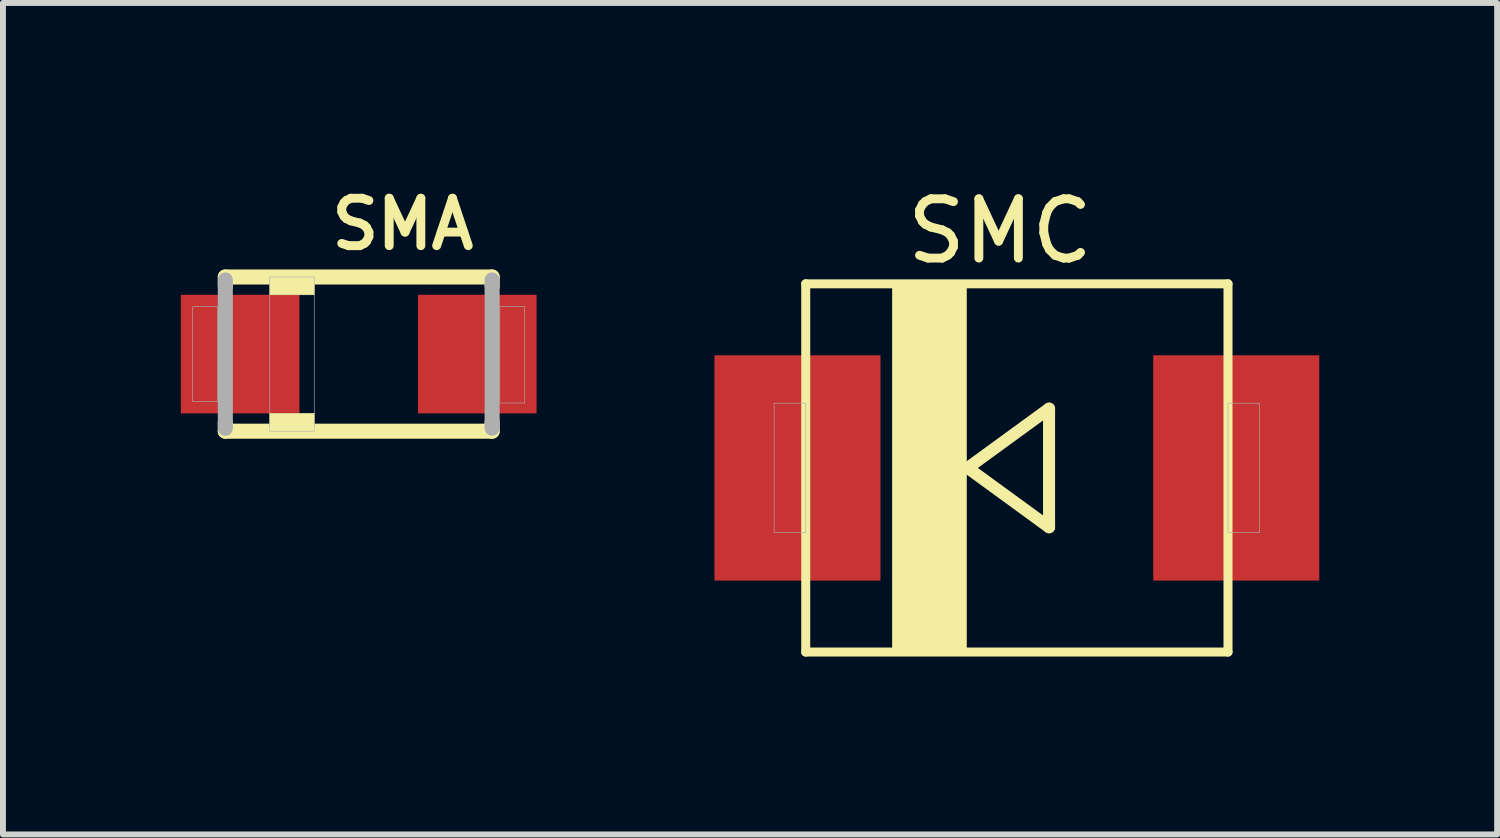
<source format=kicad_pcb>
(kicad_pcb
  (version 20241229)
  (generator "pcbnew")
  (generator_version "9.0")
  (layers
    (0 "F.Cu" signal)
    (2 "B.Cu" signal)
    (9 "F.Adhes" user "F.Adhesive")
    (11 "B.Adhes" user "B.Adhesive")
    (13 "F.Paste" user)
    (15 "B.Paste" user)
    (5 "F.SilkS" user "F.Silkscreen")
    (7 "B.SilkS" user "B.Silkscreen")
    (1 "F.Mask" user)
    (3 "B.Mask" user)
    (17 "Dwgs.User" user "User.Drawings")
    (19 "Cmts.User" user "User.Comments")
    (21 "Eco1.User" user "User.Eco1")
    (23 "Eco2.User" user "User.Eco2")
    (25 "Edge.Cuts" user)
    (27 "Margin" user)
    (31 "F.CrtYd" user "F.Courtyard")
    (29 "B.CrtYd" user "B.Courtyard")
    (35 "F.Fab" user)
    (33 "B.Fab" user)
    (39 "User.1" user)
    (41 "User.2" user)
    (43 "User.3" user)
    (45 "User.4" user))
  (footprint "SMC"
    (layer "F.Cu")
    (at 14.1 4.842)
    (property "Reference" "SMC" (at -0.284 -3.994 0) (layer "F.SilkS") (effects (font (size 1 1) (thickness 0.15))))
    (attr smd)
    (fp_line (start -3.561 -3.105) (end 3.561 -3.105) (stroke (width 0.152) (type solid)) (layer "F.SilkS"))
    (fp_line (start -3.561 3.105) (end -3.561 -3.105) (stroke (width 0.152) (type solid)) (layer "F.SilkS"))
    (fp_line (start -3.561 3.105) (end 3.561 3.105) (stroke (width 0.152) (type solid)) (layer "F.SilkS"))
    (fp_line (start -0.83 0) (end 0.543 1) (stroke (width 0.203) (type solid)) (layer "F.SilkS"))
    (fp_line (start 0.543 -1) (end -0.83 0) (stroke (width 0.203) (type solid)) (layer "F.SilkS"))
    (fp_line (start 0.543 1) (end 0.543 -1) (stroke (width 0.203) (type solid)) (layer "F.SilkS"))
    (fp_line (start 3.561 3.105) (end 3.561 -3.105) (stroke (width 0.152) (type solid)) (layer "F.SilkS"))
    (fp_poly (pts (xy -2.1 -3.1) (xy -0.85 -3.1) (xy -0.85 3.1) (xy -2.1 3.1)) (stroke (width 0.01) (type solid)) (fill yes) (layer "F.SilkS"))
    (fp_poly (pts (xy -4.094 -1.092) (xy -3.561 -1.092) (xy -3.561 1.092) (xy -4.094 1.092)) (stroke (width 0.01) (type solid)) (fill no) (layer "F.Fab"))
    (fp_poly (pts (xy 3.561 -1.092) (xy 4.094 -1.092) (xy 4.094 1.092) (xy 3.561 1.092)) (stroke (width 0.01) (type solid)) (fill no) (layer "F.Fab"))
    (pad "1" smd rect (at -3.7 0) (size 2.8 3.8) (layers "F.Cu" "F.Mask" "F.Paste"))
    (pad "2" smd rect (at 3.7 0) (size 2.8 3.8) (layers "F.Cu" "F.Mask" "F.Paste")))
  (footprint "SMA"
    (layer "F.Cu")
    (at 3 2.922)
    (property "Reference" "SMA" (at 0.743 -2.191 0) (layer "F.SilkS") (effects (font (size 0.8 0.8) (thickness 0.15))))
    (attr smd)
    (fp_line (start -2.25 -1.3) (end -2.25 -1.15) (stroke (width 0.254) (type solid)) (layer "F.SilkS"))
    (fp_line (start -2.25 -1.3) (end 2.25 -1.3) (stroke (width 0.254) (type solid)) (layer "F.SilkS"))
    (fp_line (start -2.25 1.3) (end -2.25 1.15) (stroke (width 0.254) (type solid)) (layer "F.SilkS"))
    (fp_line (start 2.25 -1.3) (end 2.25 -1.15) (stroke (width 0.254) (type solid)) (layer "F.SilkS"))
    (fp_line (start 2.25 1.3) (end -2.25 1.3) (stroke (width 0.254) (type solid)) (layer "F.SilkS"))
    (fp_arc (start 2.25 1.3) (mid 2.249377 1.225) (end 2.25 1.15) (stroke (width 0.254) (type solid)) (layer "F.SilkS"))
    (fp_poly (pts (xy -1.5 -1.3) (xy -0.75 -1.3) (xy -0.75 -1) (xy -1.5 -1)) (stroke (width 0.01) (type solid)) (fill yes) (layer "F.SilkS"))
    (fp_poly (pts (xy -1.5 1) (xy -0.75 1) (xy -0.75 1.3) (xy -1.5 1.3)) (stroke (width 0.01) (type solid)) (fill yes) (layer "F.SilkS"))
    (fp_line (start -2.25 1.25) (end -2.25 -1.25) (stroke (width 0.254) (type solid)) (layer "F.Fab"))
    (fp_line (start 2.25 -1.25) (end 2.25 1.25) (stroke (width 0.254) (type solid)) (layer "F.Fab"))
    (fp_poly (pts (xy -2.8 -0.8) (xy -2.38 -0.8) (xy -2.38 0.8) (xy -2.8 0.8)) (stroke (width 0.01) (type solid)) (fill no) (layer "F.Fab"))
    (fp_poly (pts (xy -1.5 -1.3) (xy -0.75 -1.3) (xy -0.75 1.3) (xy -1.5 1.3)) (stroke (width 0.01) (type solid)) (fill no) (layer "F.Fab"))
    (fp_poly (pts (xy 2.38 -0.8) (xy 2.8 -0.8) (xy 2.8 0.825) (xy 2.38 0.825)) (stroke (width 0.01) (type solid)) (fill no) (layer "F.Fab"))
    (pad "1" smd rect (at -2 0) (size 2 2) (layers "F.Cu" "F.Mask" "F.Paste"))
    (pad "2" smd rect (at 2 0) (size 2 2) (layers "F.Cu" "F.Mask" "F.Paste")))
  (gr_rect
    (start -3 -3)
    (end 22.2 11.023)
    (stroke (width 0.1) (type default))
    (fill no)
    (layer "Edge.Cuts")))
</source>
